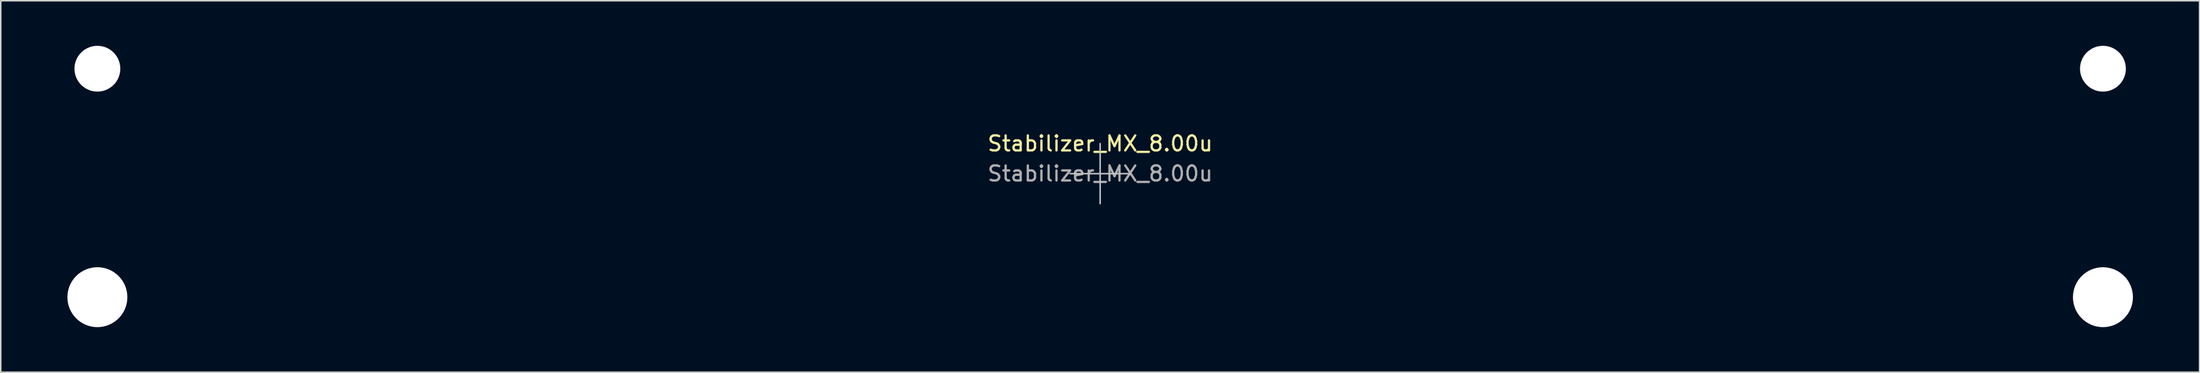
<source format=kicad_pcb>
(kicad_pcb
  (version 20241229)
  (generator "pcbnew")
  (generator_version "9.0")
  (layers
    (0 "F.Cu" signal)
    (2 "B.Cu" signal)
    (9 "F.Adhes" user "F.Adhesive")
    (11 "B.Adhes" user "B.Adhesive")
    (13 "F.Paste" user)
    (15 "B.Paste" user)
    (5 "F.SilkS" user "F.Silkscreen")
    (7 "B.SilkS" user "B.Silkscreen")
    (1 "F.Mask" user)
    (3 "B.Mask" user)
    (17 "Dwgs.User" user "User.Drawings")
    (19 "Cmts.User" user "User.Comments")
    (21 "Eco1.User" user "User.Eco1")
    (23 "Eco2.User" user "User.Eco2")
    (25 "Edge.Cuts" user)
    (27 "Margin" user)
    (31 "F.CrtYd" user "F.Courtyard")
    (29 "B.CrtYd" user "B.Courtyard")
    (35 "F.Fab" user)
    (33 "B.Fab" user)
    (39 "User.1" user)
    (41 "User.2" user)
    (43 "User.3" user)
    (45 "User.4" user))
  (footprint "Stabilizer_MX_8.00u"
    (layer "F.Cu")
    (at 70.1 8.509)
    (property "Reference" "Stabilizer_MX_8.00u" (at 0 -2 0) (layer "F.SilkS") (effects (font (size 1 1) (thickness 0.15))))
    (attr exclude_from_pos_files exclude_from_bom)
    (fp_line (start -2 0) (end 2 0) (stroke (width 0.1) (type solid)) (layer "Dwgs.User"))
    (fp_line (start 0 2) (end 0 -2) (stroke (width 0.1) (type solid)) (layer "Dwgs.User"))
    (fp_line (start -70.05 -5.53) (end -70.05 6.77) (stroke (width 0.1) (type solid)) (layer "Eco1.User"))
    (fp_line (start -70.05 6.77) (end -63.3 6.77) (stroke (width 0.1) (type solid)) (layer "Eco1.User"))
    (fp_line (start -63.3 -5.53) (end -70.05 -5.53) (stroke (width 0.1) (type solid)) (layer "Eco1.User"))
    (fp_line (start -63.3 6.77) (end -63.3 -5.53) (stroke (width 0.1) (type solid)) (layer "Eco1.User"))
    (fp_line (start 63.3 -5.53) (end 63.3 6.77) (stroke (width 0.1) (type solid)) (layer "Eco1.User"))
    (fp_line (start 63.3 6.77) (end 70.05 6.77) (stroke (width 0.1) (type solid)) (layer "Eco1.User"))
    (fp_line (start 70.05 -5.53) (end 63.3 -5.53) (stroke (width 0.1) (type solid)) (layer "Eco1.User"))
    (fp_line (start 70.05 6.77) (end 70.05 -5.53) (stroke (width 0.1) (type solid)) (layer "Eco1.User"))
    (fp_text user "${REFERENCE}" (at 0 0 0) (layer "F.Fab") (effects (font (size 1 1) (thickness 0.15))))
    (pad "" np_thru_hole circle (at -66.675 -6.985) (size 3.048 3.048) (drill 3.048) (layers "*.Cu" "*.Mask"))
    (pad "" np_thru_hole circle (at -66.675 8.225) (size 3.988 3.988) (drill 3.988) (layers "*.Cu" "*.Mask"))
    (pad "" np_thru_hole circle (at 66.675 -6.985) (size 3.048 3.048) (drill 3.048) (layers "*.Cu" "*.Mask"))
    (pad "" np_thru_hole circle (at 66.675 8.225) (size 3.988 3.988) (drill 3.988) (layers "*.Cu" "*.Mask")))
  (gr_rect
    (start -3 -3)
    (end 143.2 21.728)
    (stroke (width 0.1) (type default))
    (fill no)
    (layer "Edge.Cuts")))
</source>
